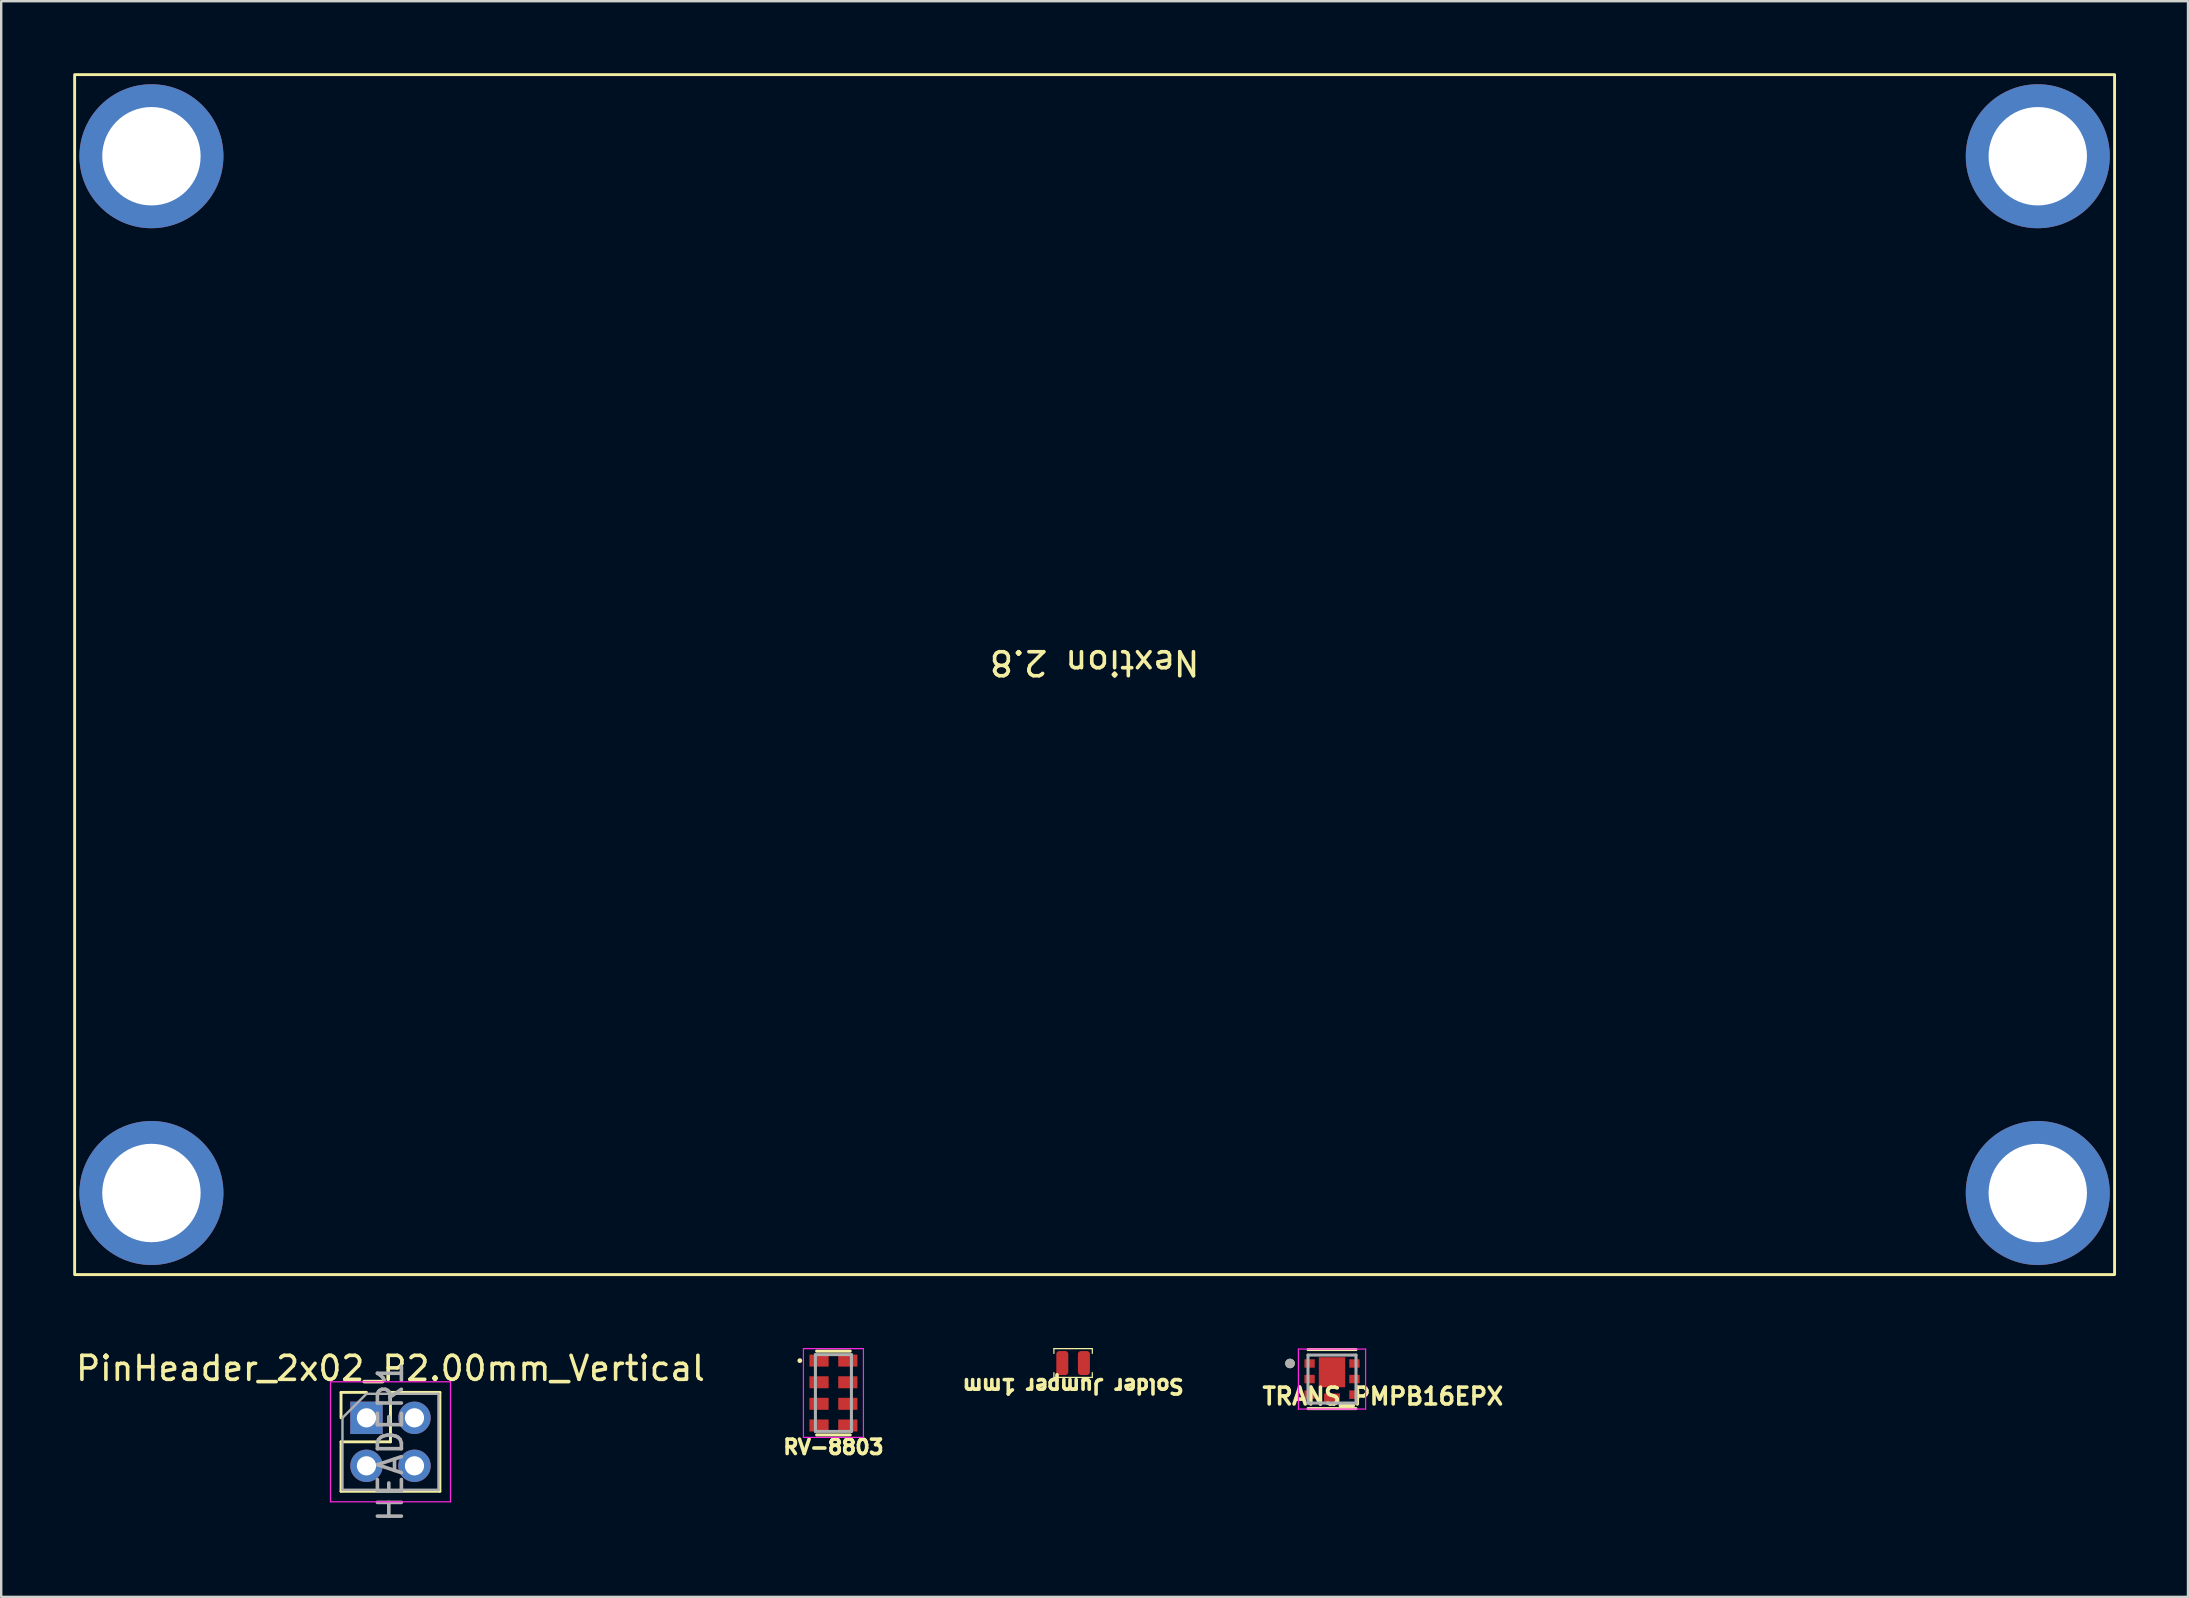
<source format=kicad_pcb>
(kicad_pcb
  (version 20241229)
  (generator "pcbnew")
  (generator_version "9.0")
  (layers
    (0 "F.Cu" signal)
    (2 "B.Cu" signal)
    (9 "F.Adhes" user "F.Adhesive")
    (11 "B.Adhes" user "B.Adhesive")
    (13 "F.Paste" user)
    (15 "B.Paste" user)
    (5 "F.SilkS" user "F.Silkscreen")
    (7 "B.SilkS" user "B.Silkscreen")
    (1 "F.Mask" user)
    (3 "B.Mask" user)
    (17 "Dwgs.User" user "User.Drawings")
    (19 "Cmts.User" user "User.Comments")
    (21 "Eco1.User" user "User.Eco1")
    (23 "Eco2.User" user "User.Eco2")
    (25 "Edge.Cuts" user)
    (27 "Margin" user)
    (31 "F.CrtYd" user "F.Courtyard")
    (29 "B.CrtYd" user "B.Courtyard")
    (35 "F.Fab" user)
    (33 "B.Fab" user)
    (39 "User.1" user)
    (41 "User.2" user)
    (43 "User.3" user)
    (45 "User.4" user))
  (footprint "Nextion 2.8"
    (layer "F.Cu")
    (at 42.56 25.06)
    (property "Reference" "Nextion 2.8" (at 0 -0.5 180) (unlocked yes) (layer "F.SilkS") (effects (font (size 1 1) (thickness 0.15))))
    (fp_rect (start -42.5 25) (end 42.5 -25) (stroke (width 0.12) (type solid)) (fill no) (layer "F.SilkS"))
    (pad "1" thru_hole circle (at -39.3 -21.6 180) (size 6 6) (drill 4.1) (layers "*.Cu" "*.Mask"))
    (pad "1" thru_hole circle (at -39.3 21.6 180) (size 6 6) (drill 4.1) (layers "*.Cu" "*.Mask"))
    (pad "1" thru_hole circle (at 39.3 -21.6 180) (size 6 6) (drill 4.1) (layers "*.Cu" "*.Mask"))
    (pad "1" thru_hole circle (at 39.3 21.6 180) (size 6 6) (drill 4.1) (layers "*.Cu" "*.Mask")))
  (footprint "PinHeader_2x02_P2.00mm_Vertical"
    (layer "F.Cu")
    (at 12.22 56.028)
    (property "Reference" "PinHeader_2x02_P2.00mm_Vertical" (at 1 -2.06 0) (layer "F.SilkS") (effects (font (size 1 1) (thickness 0.15))))
    (attr through_hole)
    (fp_line (start -1.06 -1.06) (end 0 -1.06) (stroke (width 0.12) (type solid)) (layer "F.SilkS"))
    (fp_line (start -1.06 0) (end -1.06 -1.06) (stroke (width 0.12) (type solid)) (layer "F.SilkS"))
    (fp_line (start -1.06 1) (end -1.06 3.06) (stroke (width 0.12) (type solid)) (layer "F.SilkS"))
    (fp_line (start -1.06 1) (end 1 1) (stroke (width 0.12) (type solid)) (layer "F.SilkS"))
    (fp_line (start -1.06 3.06) (end 3.06 3.06) (stroke (width 0.12) (type solid)) (layer "F.SilkS"))
    (fp_line (start 1 -1.06) (end 3.06 -1.06) (stroke (width 0.12) (type solid)) (layer "F.SilkS"))
    (fp_line (start 1 1) (end 1 -1.06) (stroke (width 0.12) (type solid)) (layer "F.SilkS"))
    (fp_line (start 3.06 -1.06) (end 3.06 3.06) (stroke (width 0.12) (type solid)) (layer "F.SilkS"))
    (fp_line (start -1.5 -1.5) (end -1.5 3.5) (stroke (width 0.05) (type solid)) (layer "F.CrtYd"))
    (fp_line (start -1.5 3.5) (end 3.5 3.5) (stroke (width 0.05) (type solid)) (layer "F.CrtYd"))
    (fp_line (start 3.5 -1.5) (end -1.5 -1.5) (stroke (width 0.05) (type solid)) (layer "F.CrtYd"))
    (fp_line (start 3.5 3.5) (end 3.5 -1.5) (stroke (width 0.05) (type solid)) (layer "F.CrtYd"))
    (fp_line (start -1 0) (end 0 -1) (stroke (width 0.1) (type solid)) (layer "F.Fab"))
    (fp_line (start -1 3) (end -1 0) (stroke (width 0.1) (type solid)) (layer "F.Fab"))
    (fp_line (start 0 -1) (end 3 -1) (stroke (width 0.1) (type solid)) (layer "F.Fab"))
    (fp_line (start 3 -1) (end 3 3) (stroke (width 0.1) (type solid)) (layer "F.Fab"))
    (fp_line (start 3 3) (end -1 3) (stroke (width 0.1) (type solid)) (layer "F.Fab"))
    (fp_text user "HEADER1" (at 1 1 90) (layer "F.Fab") (effects (font (size 1 1) (thickness 0.15))))
    (pad "1" thru_hole rect (at 0 0 180) (size 1.35 1.35) (drill 0.8) (layers "*.Cu" "*.Mask"))
    (pad "2" thru_hole oval (at 2 0 180) (size 1.35 1.35) (drill 0.8) (layers "*.Cu" "*.Mask"))
    (pad "3" thru_hole oval (at 0 2 180) (size 1.35 1.35) (drill 0.8) (layers "*.Cu" "*.Mask"))
    (pad "4" thru_hole oval (at 2 2 180) (size 1.35 1.35) (drill 0.8) (layers "*.Cu" "*.Mask")))
  (footprint "Solder Jumper 1mm"
    (layer "F.Cu")
    (at 41.664 53.745)
    (property "Reference" "Solder Jumper 1mm" (at 0 0.96 180) (unlocked yes) (layer "F.SilkS") (effects (font (size 0.6 0.6) (thickness 0.15))))
    (attr smd)
    (fp_poly (pts (xy 0.7 0.5) (xy -0.7 0.5) (xy -0.7 -0.5) (xy 0.7 -0.5)) (stroke (width 0.1) (type solid)) (fill yes) (layer "F.Mask"))
    (fp_line (start -0.8 -0.6) (end 0.8 -0.6) (stroke (width 0.05) (type solid)) (layer "F.SilkS"))
    (fp_line (start -0.8 -0.4) (end -0.8 -0.6) (stroke (width 0.05) (type solid)) (layer "F.SilkS"))
    (fp_line (start -0.8 0.6) (end -0.8 0.4) (stroke (width 0.05) (type solid)) (layer "F.SilkS"))
    (fp_line (start -0.8 0.6) (end 0.8 0.6) (stroke (width 0.05) (type solid)) (layer "F.SilkS"))
    (fp_line (start 0.8 -0.4) (end 0.8 -0.6) (stroke (width 0.05) (type solid)) (layer "F.SilkS"))
    (fp_line (start 0.8 0.6) (end 0.8 0.4) (stroke (width 0.05) (type solid)) (layer "F.SilkS"))
    (pad "1" smd roundrect (at -0.45 0) (size 0.5 1) (layers "F.Cu" "F.Mask" "F.Paste") (roundrect_rratio 0.25))
    (pad "2" smd roundrect (at 0.45 0) (size 0.5 1) (layers "F.Cu" "F.Mask" "F.Paste") (roundrect_rratio 0.25)))
  (footprint "TRANS_PMPB16EPX"
    (layer "F.Cu")
    (at 52.452 54.413)
    (property "Reference" "TRANS_PMPB16EPX" (at 2.118 0.72 0) (layer "F.SilkS") (effects (font (size 0.7 0.7) (thickness 0.15))))
    (attr smd)
    (fp_poly (pts (xy -1.2 -0.875) (xy -0.67 -0.875) (xy -0.67 -0.425) (xy -1.2 -0.425)) (stroke (width 0.01) (type solid)) (fill yes) (layer "F.Mask"))
    (fp_poly (pts (xy -1.2 -0.225) (xy -0.67 -0.225) (xy -0.67 0.225) (xy -1.2 0.225)) (stroke (width 0.01) (type solid)) (fill yes) (layer "F.Mask"))
    (fp_poly (pts (xy -1.2 0.425) (xy -0.67 0.425) (xy -0.67 0.875) (xy -1.2 0.875)) (stroke (width 0.01) (type solid)) (fill yes) (layer "F.Mask"))
    (fp_poly (pts (xy -0.6 -0.96) (xy 0.6 -0.96) (xy 0.6 0.39) (xy -0.6 0.39)) (stroke (width 0.01) (type solid)) (fill yes) (layer "F.Mask"))
    (fp_poly (pts (xy -0.38 0.55) (xy 0.38 0.55) (xy 0.38 1) (xy -0.38 1)) (stroke (width 0.01) (type solid)) (fill yes) (layer "F.Mask"))
    (fp_poly (pts (xy 0.67 -0.875) (xy 1.2 -0.875) (xy 1.2 -0.425) (xy 0.67 -0.425)) (stroke (width 0.01) (type solid)) (fill yes) (layer "F.Mask"))
    (fp_poly (pts (xy 0.67 -0.225) (xy 1.2 -0.225) (xy 1.2 0.225) (xy 0.67 0.225)) (stroke (width 0.01) (type solid)) (fill yes) (layer "F.Mask"))
    (fp_poly (pts (xy 0.67 0.425) (xy 1.2 0.425) (xy 1.2 0.875) (xy 0.67 0.875)) (stroke (width 0.01) (type solid)) (fill yes) (layer "F.Mask"))
    (fp_line (start -1 -1.23) (end 1 -1.23) (stroke (width 0.127) (type solid)) (layer "F.SilkS"))
    (fp_line (start -1 1.23) (end 1 1.23) (stroke (width 0.127) (type solid)) (layer "F.SilkS"))
    (fp_circle (center -1.75 -0.65) (end -1.65 -0.65) (stroke (width 0.2) (type solid)) (fill no) (layer "F.SilkS"))
    (fp_poly (pts (xy -1.1 -0.775) (xy -0.77 -0.775) (xy -0.77 -0.525) (xy -1.1 -0.525)) (stroke (width 0.01) (type solid)) (fill yes) (layer "F.Paste"))
    (fp_poly (pts (xy -1.1 -0.125) (xy -0.77 -0.125) (xy -0.77 0.125) (xy -1.1 0.125)) (stroke (width 0.01) (type solid)) (fill yes) (layer "F.Paste"))
    (fp_poly (pts (xy -1.1 0.525) (xy -0.77 0.525) (xy -0.77 0.775) (xy -1.1 0.775)) (stroke (width 0.01) (type solid)) (fill yes) (layer "F.Paste"))
    (fp_poly (pts (xy -0.45 -0.81) (xy 0.45 -0.81) (xy 0.45 0.24) (xy -0.45 0.24)) (stroke (width 0.01) (type solid)) (fill yes) (layer "F.Paste"))
    (fp_poly (pts (xy -0.28 0.65) (xy 0.28 0.65) (xy 0.28 0.9) (xy -0.28 0.9)) (stroke (width 0.01) (type solid)) (fill yes) (layer "F.Paste"))
    (fp_poly (pts (xy 0.77 -0.775) (xy 1.1 -0.775) (xy 1.1 -0.525) (xy 0.77 -0.525)) (stroke (width 0.01) (type solid)) (fill yes) (layer "F.Paste"))
    (fp_poly (pts (xy 0.77 -0.125) (xy 1.1 -0.125) (xy 1.1 0.125) (xy 0.77 0.125)) (stroke (width 0.01) (type solid)) (fill yes) (layer "F.Paste"))
    (fp_poly (pts (xy 0.77 0.525) (xy 1.1 0.525) (xy 1.1 0.775) (xy 0.77 0.775)) (stroke (width 0.01) (type solid)) (fill yes) (layer "F.Paste"))
    (fp_line (start -1.4 -1.25) (end -1.4 1.25) (stroke (width 0.05) (type solid)) (layer "F.CrtYd"))
    (fp_line (start -1.4 1.25) (end 1.4 1.25) (stroke (width 0.05) (type solid)) (layer "F.CrtYd"))
    (fp_line (start 1.4 -1.25) (end -1.4 -1.25) (stroke (width 0.05) (type solid)) (layer "F.CrtYd"))
    (fp_line (start 1.4 1.25) (end 1.4 -1.25) (stroke (width 0.05) (type solid)) (layer "F.CrtYd"))
    (fp_line (start -1 -1) (end -1 1) (stroke (width 0.127) (type solid)) (layer "F.Fab"))
    (fp_line (start -1 1) (end 1 1) (stroke (width 0.127) (type solid)) (layer "F.Fab"))
    (fp_line (start 1 -1) (end -1 -1) (stroke (width 0.127) (type solid)) (layer "F.Fab"))
    (fp_line (start 1 1) (end 1 -1) (stroke (width 0.127) (type solid)) (layer "F.Fab"))
    (fp_circle (center -1.75 -0.65) (end -1.65 -0.65) (stroke (width 0.2) (type solid)) (fill no) (layer "F.Fab"))
    (pad "D" smd rect (at -0.935 -0.65) (size 0.43 0.35) (layers "F.Cu"))
    (pad "D" smd rect (at -0.935 0) (size 0.43 0.35) (layers "F.Cu"))
    (pad "D" smd rect (at 0 -0.285) (size 1.1 1.25) (layers "F.Cu"))
    (pad "D" smd rect (at 0.935 -0.65 180) (size 0.43 0.35) (layers "F.Cu"))
    (pad "D" smd rect (at 0.935 0 180) (size 0.43 0.35) (layers "F.Cu"))
    (pad "G" smd rect (at -0.935 0.65) (size 0.43 0.35) (layers "F.Cu"))
    (pad "S" smd rect (at 0 0.775) (size 0.66 0.35) (layers "F.Cu"))
    (pad "S" smd rect (at 0.935 0.65 180) (size 0.43 0.35) (layers "F.Cu")))
  (footprint "RV-8803"
    (layer "F.Cu")
    (at 31.677 54.995)
    (property "Reference" "RV-8803" (at 0 2.25 0) (unlocked yes) (layer "F.SilkS") (effects (font (size 0.6 0.6) (thickness 0.15))))
    (attr smd)
    (fp_line (start 0.7 -1.745) (end -0.7 -1.745) (stroke (width 0.127) (type solid)) (layer "F.SilkS"))
    (fp_line (start 0.7 1.745) (end -0.7 1.745) (stroke (width 0.127) (type solid)) (layer "F.SilkS"))
    (fp_circle (center -1.4 -1.35) (end -1.35 -1.35) (stroke (width 0.1) (type solid)) (fill no) (layer "F.SilkS"))
    (fp_line (start -1.25 -1.85) (end -1.25 1.85) (stroke (width 0.05) (type solid)) (layer "F.CrtYd"))
    (fp_line (start -1.25 1.85) (end 1.25 1.85) (stroke (width 0.05) (type solid)) (layer "F.CrtYd"))
    (fp_line (start 1.25 -1.85) (end -1.25 -1.85) (stroke (width 0.05) (type solid)) (layer "F.CrtYd"))
    (fp_line (start 1.25 1.85) (end 1.25 -1.85) (stroke (width 0.05) (type solid)) (layer "F.CrtYd"))
    (fp_line (start -0.75 -1.6) (end 0.75 -1.6) (stroke (width 0.127) (type solid)) (layer "F.Fab"))
    (fp_line (start -0.75 1.6) (end -0.75 -1.6) (stroke (width 0.127) (type solid)) (layer "F.Fab"))
    (fp_line (start 0.75 -1.6) (end 0.75 1.6) (stroke (width 0.127) (type solid)) (layer "F.Fab"))
    (fp_line (start 0.75 1.6) (end -0.75 1.6) (stroke (width 0.127) (type solid)) (layer "F.Fab"))
    (pad "CLKOE" smd roundrect (at -0.6 1.35) (size 0.8 0.5) (layers "F.Cu" "F.Mask" "F.Paste") (roundrect_rratio 0.03))
    (pad "CLKOUT" smd roundrect (at -0.6 -0.45) (size 0.8 0.5) (layers "F.Cu" "F.Mask" "F.Paste") (roundrect_rratio 0.03))
    (pad "EVI" smd roundrect (at 0.6 -0.45 180) (size 0.8 0.5) (layers "F.Cu" "F.Mask" "F.Paste") (roundrect_rratio 0.03))
    (pad "INT" smd roundrect (at 0.6 0.45 180) (size 0.8 0.5) (layers "F.Cu" "F.Mask" "F.Paste") (roundrect_rratio 0.03))
    (pad "SCL" smd roundrect (at 0.6 -1.35 180) (size 0.8 0.5) (layers "F.Cu" "F.Mask" "F.Paste") (roundrect_rratio 0.03))
    (pad "SDA" smd roundrect (at -0.6 -1.35) (size 0.8 0.5) (layers "F.Cu" "F.Mask" "F.Paste") (roundrect_rratio 0.03))
    (pad "Vdd" smd roundrect (at -0.6 0.45) (size 0.8 0.5) (layers "F.Cu" "F.Mask" "F.Paste") (roundrect_rratio 0.03))
    (pad "Vss" smd roundrect (at 0.6 1.35 180) (size 0.8 0.5) (layers "F.Cu" "F.Mask" "F.Paste") (roundrect_rratio 0.03)))
  (gr_rect
    (start -3 -3)
    (end 88.12 63.487)
    (stroke (width 0.1) (type default))
    (fill no)
    (layer "Edge.Cuts")))
</source>
